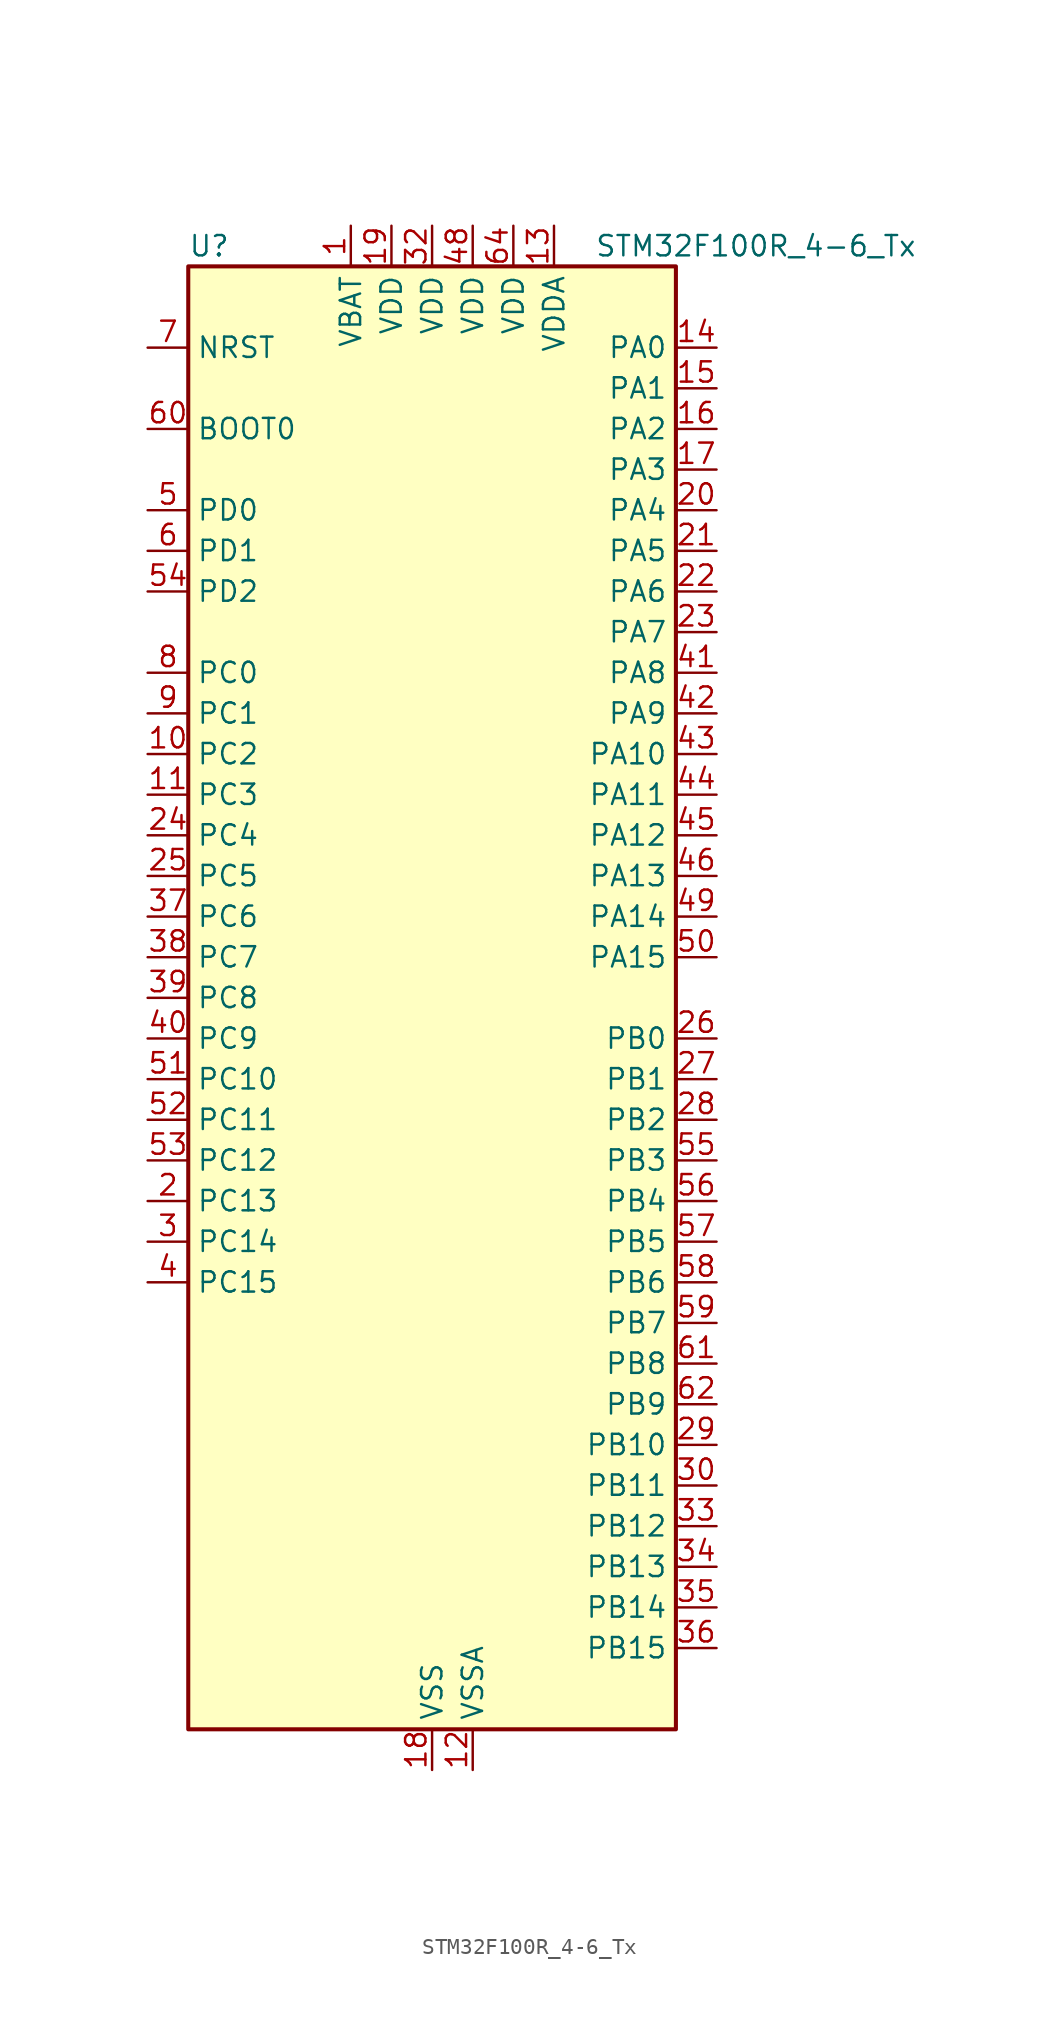
<source format=kicad_sym>
(kicad_symbol_lib
  (version 20241209)
  (generator "kicad_symbol_editor")
  (generator_version "9.0")
  (symbol "STM32F100R_4-6_Tx"
    (property "Reference" "U"
      (at -15.24 46.99 0)
      (effects (font (size 1.27 1.27)) (justify left)))
    (property "Value" "STM32F100R_4-6_Tx"
      (at 10.16 46.99 0)
      (effects (font (size 1.27 1.27)) (justify left)))
    (symbol "STM32F100R_4-6_Tx_0_1"
      (rectangle (start -15.24 -45.72) (end 15.24 45.72) (stroke (width 0.254) (type default)) (fill (type background))))
    (symbol "STM32F100R_4-6_Tx_1_1"
      (pin input line (at -17.78 40.64 0) (length 2.54) (name "NRST" (effects (font (size 1.27 1.27)))) (number "7" (effects (font (size 1.27 1.27)))))
      (pin input line (at -17.78 35.56 0) (length 2.54) (name "BOOT0" (effects (font (size 1.27 1.27)))) (number "60" (effects (font (size 1.27 1.27)))))
      (pin bidirectional line (at -17.78 30.48 0) (length 2.54) (name "PD0" (effects (font (size 1.27 1.27)))) (number "5" (effects (font (size 1.27 1.27)))) (alternate "RCC_OSC_IN" bidirectional line))
      (pin bidirectional line (at -17.78 27.94 0) (length 2.54) (name "PD1" (effects (font (size 1.27 1.27)))) (number "6" (effects (font (size 1.27 1.27)))) (alternate "RCC_OSC_OUT" bidirectional line))
      (pin bidirectional line (at -17.78 25.4 0) (length 2.54) (name "PD2" (effects (font (size 1.27 1.27)))) (number "54" (effects (font (size 1.27 1.27)))) (alternate "TIM3_ETR" bidirectional line))
      (pin bidirectional line (at -17.78 20.32 0) (length 2.54) (name "PC0" (effects (font (size 1.27 1.27)))) (number "8" (effects (font (size 1.27 1.27)))) (alternate "ADC1_IN10" bidirectional line))
      (pin bidirectional line (at -17.78 17.78 0) (length 2.54) (name "PC1" (effects (font (size 1.27 1.27)))) (number "9" (effects (font (size 1.27 1.27)))) (alternate "ADC1_IN11" bidirectional line))
      (pin bidirectional line (at -17.78 15.24 0) (length 2.54) (name "PC2" (effects (font (size 1.27 1.27)))) (number "10" (effects (font (size 1.27 1.27)))) (alternate "ADC1_IN12" bidirectional line))
      (pin bidirectional line (at -17.78 12.7 0) (length 2.54) (name "PC3" (effects (font (size 1.27 1.27)))) (number "11" (effects (font (size 1.27 1.27)))) (alternate "ADC1_IN13" bidirectional line))
      (pin bidirectional line (at -17.78 10.16 0) (length 2.54) (name "PC4" (effects (font (size 1.27 1.27)))) (number "24" (effects (font (size 1.27 1.27)))) (alternate "ADC1_IN14" bidirectional line))
      (pin bidirectional line (at -17.78 7.62 0) (length 2.54) (name "PC5" (effects (font (size 1.27 1.27)))) (number "25" (effects (font (size 1.27 1.27)))) (alternate "ADC1_IN15" bidirectional line))
      (pin bidirectional line (at -17.78 5.08 0) (length 2.54) (name "PC6" (effects (font (size 1.27 1.27)))) (number "37" (effects (font (size 1.27 1.27)))) (alternate "TIM3_CH1" bidirectional line))
      (pin bidirectional line (at -17.78 2.54 0) (length 2.54) (name "PC7" (effects (font (size 1.27 1.27)))) (number "38" (effects (font (size 1.27 1.27)))) (alternate "TIM3_CH2" bidirectional line))
      (pin bidirectional line (at -17.78 0 0) (length 2.54) (name "PC8" (effects (font (size 1.27 1.27)))) (number "39" (effects (font (size 1.27 1.27)))) (alternate "TIM3_CH3" bidirectional line))
      (pin bidirectional line (at -17.78 -2.54 0) (length 2.54) (name "PC9" (effects (font (size 1.27 1.27)))) (number "40" (effects (font (size 1.27 1.27)))) (alternate "DAC_EXTI9" bidirectional line) (alternate "TIM3_CH4" bidirectional line))
      (pin bidirectional line (at -17.78 -5.08 0) (length 2.54) (name "PC10" (effects (font (size 1.27 1.27)))) (number "51" (effects (font (size 1.27 1.27)))))
      (pin bidirectional line (at -17.78 -7.62 0) (length 2.54) (name "PC11" (effects (font (size 1.27 1.27)))) (number "52" (effects (font (size 1.27 1.27)))) (alternate "ADC1_EXTI11" bidirectional line))
      (pin bidirectional line (at -17.78 -10.16 0) (length 2.54) (name "PC12" (effects (font (size 1.27 1.27)))) (number "53" (effects (font (size 1.27 1.27)))))
      (pin bidirectional line (at -17.78 -12.7 0) (length 2.54) (name "PC13" (effects (font (size 1.27 1.27)))) (number "2" (effects (font (size 1.27 1.27)))) (alternate "RTC_OUT" bidirectional line) (alternate "RTC_TAMPER" bidirectional line))
      (pin bidirectional line (at -17.78 -15.24 0) (length 2.54) (name "PC14" (effects (font (size 1.27 1.27)))) (number "3" (effects (font (size 1.27 1.27)))) (alternate "RCC_OSC32_IN" bidirectional line))
      (pin bidirectional line (at -17.78 -17.78 0) (length 2.54) (name "PC15" (effects (font (size 1.27 1.27)))) (number "4" (effects (font (size 1.27 1.27)))) (alternate "ADC1_EXTI15" bidirectional line) (alternate "RCC_OSC32_OUT" bidirectional line))
      (pin power_in line (at -5.08 48.26 270) (length 2.54) (name "VBAT" (effects (font (size 1.27 1.27)))) (number "1" (effects (font (size 1.27 1.27)))))
      (pin power_in line (at -2.54 48.26 270) (length 2.54) (name "VDD" (effects (font (size 1.27 1.27)))) (number "19" (effects (font (size 1.27 1.27)))))
      (pin power_in line (at 0 48.26 270) (length 2.54) (name "VDD" (effects (font (size 1.27 1.27)))) (number "32" (effects (font (size 1.27 1.27)))))
      (pin power_in line (at 0 -48.26 90) (length 2.54) (name "VSS" (effects (font (size 1.27 1.27)))) (number "18" (effects (font (size 1.27 1.27)))))
      (pin passive line (at 0 -48.26 90) (length 2.54) (hide yes) (name "VSS" (effects (font (size 1.27 1.27)))) (number "31" (effects (font (size 1.27 1.27)))))
      (pin passive line (at 0 -48.26 90) (length 2.54) (hide yes) (name "VSS" (effects (font (size 1.27 1.27)))) (number "47" (effects (font (size 1.27 1.27)))))
      (pin passive line (at 0 -48.26 90) (length 2.54) (hide yes) (name "VSS" (effects (font (size 1.27 1.27)))) (number "63" (effects (font (size 1.27 1.27)))))
      (pin power_in line (at 2.54 48.26 270) (length 2.54) (name "VDD" (effects (font (size 1.27 1.27)))) (number "48" (effects (font (size 1.27 1.27)))))
      (pin power_in line (at 2.54 -48.26 90) (length 2.54) (name "VSSA" (effects (font (size 1.27 1.27)))) (number "12" (effects (font (size 1.27 1.27)))))
      (pin power_in line (at 5.08 48.26 270) (length 2.54) (name "VDD" (effects (font (size 1.27 1.27)))) (number "64" (effects (font (size 1.27 1.27)))))
      (pin power_in line (at 7.62 48.26 270) (length 2.54) (name "VDDA" (effects (font (size 1.27 1.27)))) (number "13" (effects (font (size 1.27 1.27)))))
      (pin bidirectional line (at 17.78 40.64 180) (length 2.54) (name "PA0" (effects (font (size 1.27 1.27)))) (number "14" (effects (font (size 1.27 1.27)))) (alternate "ADC1_IN0" bidirectional line) (alternate "SYS_WKUP" bidirectional line) (alternate "TIM2_CH1" bidirectional line) (alternate "TIM2_ETR" bidirectional line) (alternate "USART2_CTS" bidirectional line))
      (pin bidirectional line (at 17.78 38.1 180) (length 2.54) (name "PA1" (effects (font (size 1.27 1.27)))) (number "15" (effects (font (size 1.27 1.27)))) (alternate "ADC1_IN1" bidirectional line) (alternate "TIM2_CH2" bidirectional line) (alternate "USART2_RTS" bidirectional line))
      (pin bidirectional line (at 17.78 35.56 180) (length 2.54) (name "PA2" (effects (font (size 1.27 1.27)))) (number "16" (effects (font (size 1.27 1.27)))) (alternate "ADC1_IN2" bidirectional line) (alternate "TIM15_CH1" bidirectional line) (alternate "TIM2_CH3" bidirectional line) (alternate "USART2_TX" bidirectional line))
      (pin bidirectional line (at 17.78 33.02 180) (length 2.54) (name "PA3" (effects (font (size 1.27 1.27)))) (number "17" (effects (font (size 1.27 1.27)))) (alternate "ADC1_IN3" bidirectional line) (alternate "TIM15_CH2" bidirectional line) (alternate "TIM2_CH4" bidirectional line) (alternate "USART2_RX" bidirectional line))
      (pin bidirectional line (at 17.78 30.48 180) (length 2.54) (name "PA4" (effects (font (size 1.27 1.27)))) (number "20" (effects (font (size 1.27 1.27)))) (alternate "ADC1_IN4" bidirectional line) (alternate "DAC_OUT1" bidirectional line) (alternate "SPI1_NSS" bidirectional line) (alternate "USART2_CK" bidirectional line))
      (pin bidirectional line (at 17.78 27.94 180) (length 2.54) (name "PA5" (effects (font (size 1.27 1.27)))) (number "21" (effects (font (size 1.27 1.27)))) (alternate "ADC1_IN5" bidirectional line) (alternate "DAC_OUT2" bidirectional line) (alternate "SPI1_SCK" bidirectional line))
      (pin bidirectional line (at 17.78 25.4 180) (length 2.54) (name "PA6" (effects (font (size 1.27 1.27)))) (number "22" (effects (font (size 1.27 1.27)))) (alternate "ADC1_IN6" bidirectional line) (alternate "SPI1_MISO" bidirectional line) (alternate "TIM16_CH1" bidirectional line) (alternate "TIM1_BKIN" bidirectional line) (alternate "TIM3_CH1" bidirectional line))
      (pin bidirectional line (at 17.78 22.86 180) (length 2.54) (name "PA7" (effects (font (size 1.27 1.27)))) (number "23" (effects (font (size 1.27 1.27)))) (alternate "ADC1_IN7" bidirectional line) (alternate "SPI1_MOSI" bidirectional line) (alternate "TIM17_CH1" bidirectional line) (alternate "TIM1_CH1N" bidirectional line) (alternate "TIM3_CH2" bidirectional line))
      (pin bidirectional line (at 17.78 20.32 180) (length 2.54) (name "PA8" (effects (font (size 1.27 1.27)))) (number "41" (effects (font (size 1.27 1.27)))) (alternate "RCC_MCO" bidirectional line) (alternate "TIM1_CH1" bidirectional line) (alternate "USART1_CK" bidirectional line))
      (pin bidirectional line (at 17.78 17.78 180) (length 2.54) (name "PA9" (effects (font (size 1.27 1.27)))) (number "42" (effects (font (size 1.27 1.27)))) (alternate "DAC_EXTI9" bidirectional line) (alternate "TIM15_BKIN" bidirectional line) (alternate "TIM1_CH2" bidirectional line) (alternate "USART1_TX" bidirectional line))
      (pin bidirectional line (at 17.78 15.24 180) (length 2.54) (name "PA10" (effects (font (size 1.27 1.27)))) (number "43" (effects (font (size 1.27 1.27)))) (alternate "TIM17_BKIN" bidirectional line) (alternate "TIM1_CH3" bidirectional line) (alternate "USART1_RX" bidirectional line))
      (pin bidirectional line (at 17.78 12.7 180) (length 2.54) (name "PA11" (effects (font (size 1.27 1.27)))) (number "44" (effects (font (size 1.27 1.27)))) (alternate "ADC1_EXTI11" bidirectional line) (alternate "TIM1_CH4" bidirectional line) (alternate "USART1_CTS" bidirectional line))
      (pin bidirectional line (at 17.78 10.16 180) (length 2.54) (name "PA12" (effects (font (size 1.27 1.27)))) (number "45" (effects (font (size 1.27 1.27)))) (alternate "TIM1_ETR" bidirectional line) (alternate "USART1_RTS" bidirectional line))
      (pin bidirectional line (at 17.78 7.62 180) (length 2.54) (name "PA13" (effects (font (size 1.27 1.27)))) (number "46" (effects (font (size 1.27 1.27)))) (alternate "SYS_JTMS-SWDIO" bidirectional line))
      (pin bidirectional line (at 17.78 5.08 180) (length 2.54) (name "PA14" (effects (font (size 1.27 1.27)))) (number "49" (effects (font (size 1.27 1.27)))) (alternate "SYS_JTCK-SWCLK" bidirectional line))
      (pin bidirectional line (at 17.78 2.54 180) (length 2.54) (name "PA15" (effects (font (size 1.27 1.27)))) (number "50" (effects (font (size 1.27 1.27)))) (alternate "ADC1_EXTI15" bidirectional line) (alternate "SPI1_NSS" bidirectional line) (alternate "SYS_JTDI" bidirectional line) (alternate "TIM2_CH1" bidirectional line) (alternate "TIM2_ETR" bidirectional line))
      (pin bidirectional line (at 17.78 -2.54 180) (length 2.54) (name "PB0" (effects (font (size 1.27 1.27)))) (number "26" (effects (font (size 1.27 1.27)))) (alternate "ADC1_IN8" bidirectional line) (alternate "TIM1_CH2N" bidirectional line) (alternate "TIM3_CH3" bidirectional line))
      (pin bidirectional line (at 17.78 -5.08 180) (length 2.54) (name "PB1" (effects (font (size 1.27 1.27)))) (number "27" (effects (font (size 1.27 1.27)))) (alternate "ADC1_IN9" bidirectional line) (alternate "TIM1_CH3N" bidirectional line) (alternate "TIM3_CH4" bidirectional line))
      (pin bidirectional line (at 17.78 -7.62 180) (length 2.54) (name "PB2" (effects (font (size 1.27 1.27)))) (number "28" (effects (font (size 1.27 1.27)))))
      (pin bidirectional line (at 17.78 -10.16 180) (length 2.54) (name "PB3" (effects (font (size 1.27 1.27)))) (number "55" (effects (font (size 1.27 1.27)))) (alternate "SPI1_SCK" bidirectional line) (alternate "SYS_JTDO-TRACESWO" bidirectional line) (alternate "TIM2_CH2" bidirectional line))
      (pin bidirectional line (at 17.78 -12.7 180) (length 2.54) (name "PB4" (effects (font (size 1.27 1.27)))) (number "56" (effects (font (size 1.27 1.27)))) (alternate "SPI1_MISO" bidirectional line) (alternate "SYS_NJTRST" bidirectional line) (alternate "TIM3_CH1" bidirectional line))
      (pin bidirectional line (at 17.78 -15.24 180) (length 2.54) (name "PB5" (effects (font (size 1.27 1.27)))) (number "57" (effects (font (size 1.27 1.27)))) (alternate "I2C1_SMBA" bidirectional line) (alternate "SPI1_MOSI" bidirectional line) (alternate "TIM16_BKIN" bidirectional line) (alternate "TIM3_CH2" bidirectional line))
      (pin bidirectional line (at 17.78 -17.78 180) (length 2.54) (name "PB6" (effects (font (size 1.27 1.27)))) (number "58" (effects (font (size 1.27 1.27)))) (alternate "I2C1_SCL" bidirectional line) (alternate "TIM16_CH1N" bidirectional line) (alternate "USART1_TX" bidirectional line))
      (pin bidirectional line (at 17.78 -20.32 180) (length 2.54) (name "PB7" (effects (font (size 1.27 1.27)))) (number "59" (effects (font (size 1.27 1.27)))) (alternate "I2C1_SDA" bidirectional line) (alternate "TIM17_CH1N" bidirectional line) (alternate "USART1_RX" bidirectional line))
      (pin bidirectional line (at 17.78 -22.86 180) (length 2.54) (name "PB8" (effects (font (size 1.27 1.27)))) (number "61" (effects (font (size 1.27 1.27)))) (alternate "CEC" bidirectional line) (alternate "I2C1_SCL" bidirectional line) (alternate "TIM16_CH1" bidirectional line))
      (pin bidirectional line (at 17.78 -25.4 180) (length 2.54) (name "PB9" (effects (font (size 1.27 1.27)))) (number "62" (effects (font (size 1.27 1.27)))) (alternate "DAC_EXTI9" bidirectional line) (alternate "I2C1_SDA" bidirectional line) (alternate "TIM17_CH1" bidirectional line))
      (pin bidirectional line (at 17.78 -27.94 180) (length 2.54) (name "PB10" (effects (font (size 1.27 1.27)))) (number "29" (effects (font (size 1.27 1.27)))) (alternate "CEC" bidirectional line) (alternate "TIM2_CH3" bidirectional line))
      (pin bidirectional line (at 17.78 -30.48 180) (length 2.54) (name "PB11" (effects (font (size 1.27 1.27)))) (number "30" (effects (font (size 1.27 1.27)))) (alternate "ADC1_EXTI11" bidirectional line) (alternate "TIM2_CH4" bidirectional line))
      (pin bidirectional line (at 17.78 -33.02 180) (length 2.54) (name "PB12" (effects (font (size 1.27 1.27)))) (number "33" (effects (font (size 1.27 1.27)))) (alternate "TIM1_BKIN" bidirectional line))
      (pin bidirectional line (at 17.78 -35.56 180) (length 2.54) (name "PB13" (effects (font (size 1.27 1.27)))) (number "34" (effects (font (size 1.27 1.27)))) (alternate "TIM1_CH1N" bidirectional line))
      (pin bidirectional line (at 17.78 -38.1 180) (length 2.54) (name "PB14" (effects (font (size 1.27 1.27)))) (number "35" (effects (font (size 1.27 1.27)))) (alternate "TIM15_CH1" bidirectional line) (alternate "TIM1_CH2N" bidirectional line))
      (pin bidirectional line (at 17.78 -40.64 180) (length 2.54) (name "PB15" (effects (font (size 1.27 1.27)))) (number "36" (effects (font (size 1.27 1.27)))) (alternate "ADC1_EXTI15" bidirectional line) (alternate "TIM15_CH1N" bidirectional line) (alternate "TIM15_CH2" bidirectional line) (alternate "TIM1_CH3N" bidirectional line)))))
</source>
